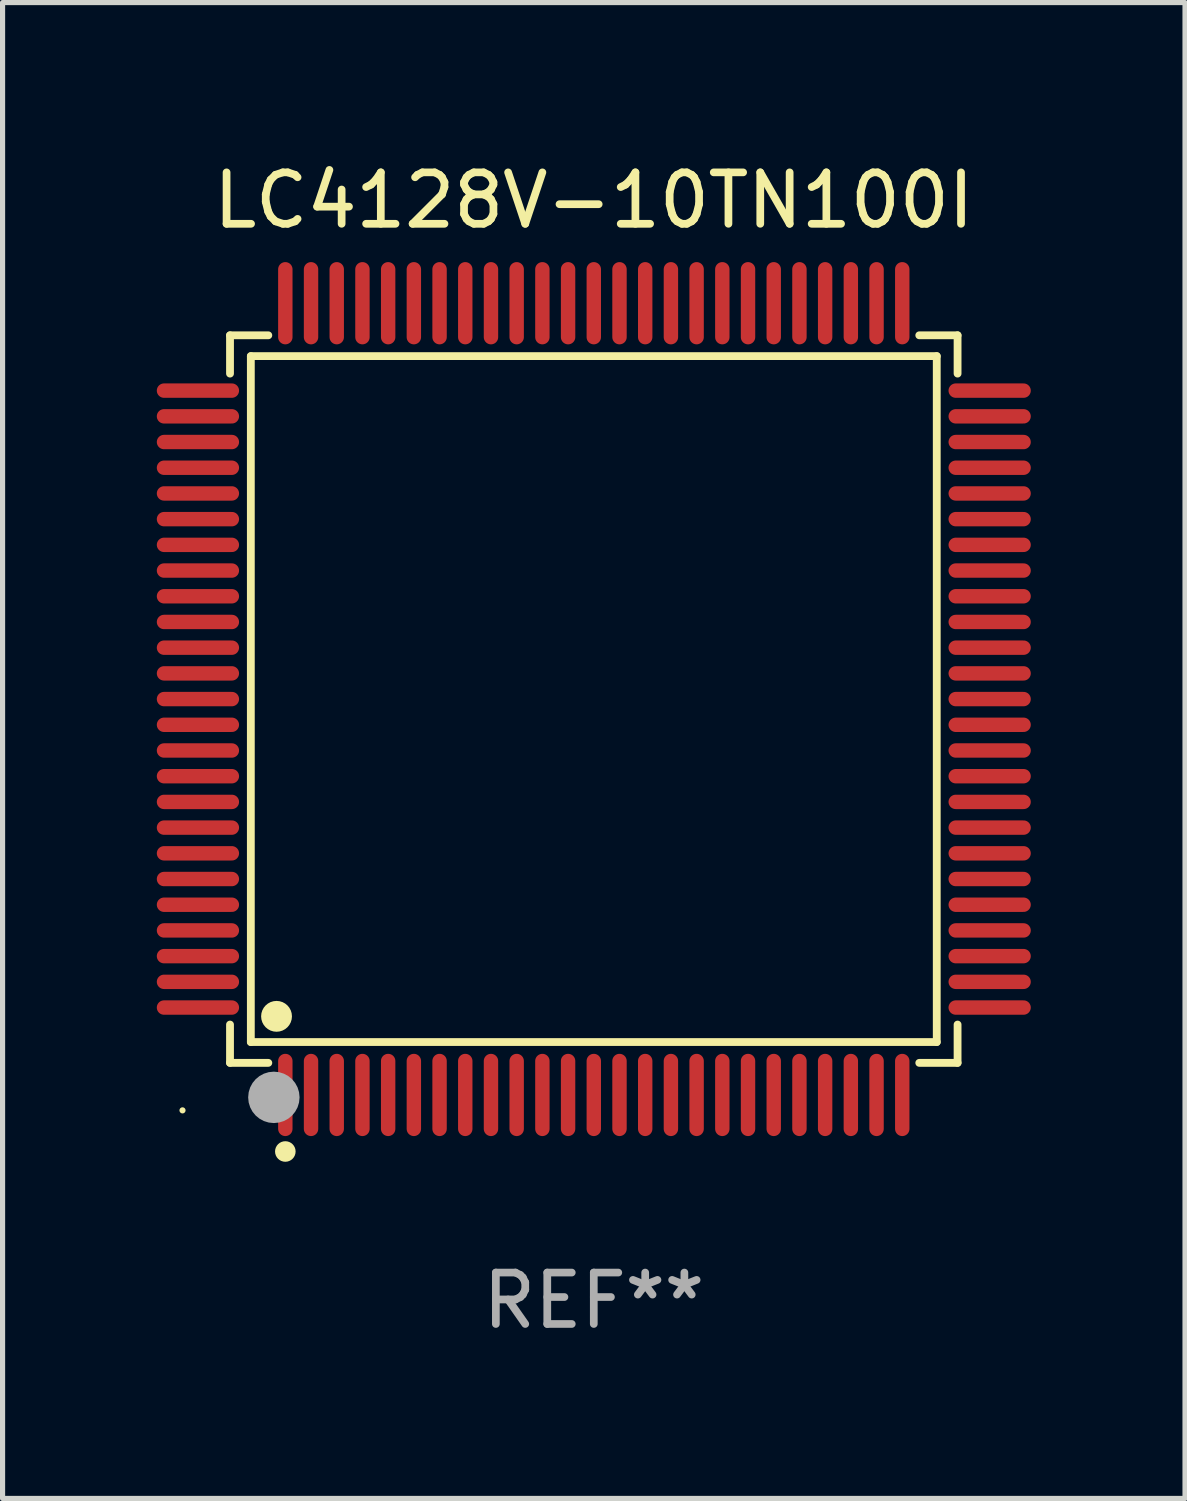
<source format=kicad_pcb>
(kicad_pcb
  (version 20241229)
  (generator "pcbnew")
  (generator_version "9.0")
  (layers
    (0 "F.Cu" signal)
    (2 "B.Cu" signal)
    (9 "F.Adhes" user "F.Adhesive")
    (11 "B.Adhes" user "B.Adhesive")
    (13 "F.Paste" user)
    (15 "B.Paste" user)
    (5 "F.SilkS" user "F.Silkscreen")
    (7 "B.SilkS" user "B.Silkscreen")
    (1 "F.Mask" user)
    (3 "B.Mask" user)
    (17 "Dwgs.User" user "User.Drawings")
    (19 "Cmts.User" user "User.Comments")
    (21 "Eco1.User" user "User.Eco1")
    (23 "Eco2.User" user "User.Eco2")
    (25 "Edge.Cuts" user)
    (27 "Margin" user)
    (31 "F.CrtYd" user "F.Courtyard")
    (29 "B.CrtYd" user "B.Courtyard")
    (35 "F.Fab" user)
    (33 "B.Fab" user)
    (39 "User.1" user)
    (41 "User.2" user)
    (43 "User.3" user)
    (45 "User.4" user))
  (footprint "LC4128V-10TN100I"
    (layer "F.Cu")
    (at 8.5 10.548)
    (property "Reference" "LC4128V-10TN100I" (at 0 -9.7 0) (layer "F.SilkS") (effects (font (size 1 1) (thickness 0.15))))
    (attr through_hole)
    (fp_line (start -7.076 -7.076) (end -6.331 -7.076) (stroke (width 0.152) (type solid)) (layer "F.SilkS"))
    (fp_line (start -7.076 -6.331) (end -7.076 -7.076) (stroke (width 0.152) (type solid)) (layer "F.SilkS"))
    (fp_line (start -7.076 6.331) (end -7.076 7.076) (stroke (width 0.152) (type solid)) (layer "F.SilkS"))
    (fp_line (start -7.076 7.076) (end -6.331 7.076) (stroke (width 0.152) (type solid)) (layer "F.SilkS"))
    (fp_line (start -6.671 -6.671) (end 6.671 -6.671) (stroke (width 0.152) (type solid)) (layer "F.SilkS"))
    (fp_line (start -6.671 6.671) (end -6.671 -6.671) (stroke (width 0.152) (type solid)) (layer "F.SilkS"))
    (fp_line (start 6.671 -6.671) (end 6.671 6.671) (stroke (width 0.152) (type solid)) (layer "F.SilkS"))
    (fp_line (start 6.671 6.671) (end -6.671 6.671) (stroke (width 0.152) (type solid)) (layer "F.SilkS"))
    (fp_line (start 7.076 -7.076) (end 6.331 -7.076) (stroke (width 0.152) (type solid)) (layer "F.SilkS"))
    (fp_line (start 7.076 -6.331) (end 7.076 -7.076) (stroke (width 0.152) (type solid)) (layer "F.SilkS"))
    (fp_line (start 7.076 6.331) (end 7.076 7.076) (stroke (width 0.152) (type solid)) (layer "F.SilkS"))
    (fp_line (start 7.076 7.076) (end 6.331 7.076) (stroke (width 0.152) (type solid)) (layer "F.SilkS"))
    (fp_circle (center -8 8) (end -7.97 8) (stroke (width 0.06) (type solid)) (fill no) (layer "F.SilkS"))
    (fp_circle (center -6.171 6.171) (end -6.021 6.171) (stroke (width 0.3) (type solid)) (fill no) (layer "F.SilkS"))
    (fp_circle (center -6 8.8) (end -5.9 8.8) (stroke (width 0.2) (type solid)) (fill no) (layer "F.SilkS"))
    (fp_circle (center -6.223 7.747) (end -5.973 7.747) (stroke (width 0.5) (type solid)) (fill no) (layer "F.Fab"))
    (fp_text user "REF**" (at 0 11.7 0) (layer "F.Fab") (effects (font (size 1 1) (thickness 0.15))))
    (pad "1" smd oval (at -6 7.7) (size 0.28 1.6) (layers "F.Cu" "F.Mask" "F.Paste"))
    (pad "2" smd oval (at -5.5 7.7) (size 0.28 1.6) (layers "F.Cu" "F.Mask" "F.Paste"))
    (pad "3" smd oval (at -5 7.7) (size 0.28 1.6) (layers "F.Cu" "F.Mask" "F.Paste"))
    (pad "4" smd oval (at -4.5 7.7) (size 0.28 1.6) (layers "F.Cu" "F.Mask" "F.Paste"))
    (pad "5" smd oval (at -4 7.7) (size 0.28 1.6) (layers "F.Cu" "F.Mask" "F.Paste"))
    (pad "6" smd oval (at -3.5 7.7) (size 0.28 1.6) (layers "F.Cu" "F.Mask" "F.Paste"))
    (pad "7" smd oval (at -3 7.7) (size 0.28 1.6) (layers "F.Cu" "F.Mask" "F.Paste"))
    (pad "8" smd oval (at -2.5 7.7) (size 0.28 1.6) (layers "F.Cu" "F.Mask" "F.Paste"))
    (pad "9" smd oval (at -2 7.7) (size 0.28 1.6) (layers "F.Cu" "F.Mask" "F.Paste"))
    (pad "10" smd oval (at -1.5 7.7) (size 0.28 1.6) (layers "F.Cu" "F.Mask" "F.Paste"))
    (pad "11" smd oval (at -1 7.7) (size 0.28 1.6) (layers "F.Cu" "F.Mask" "F.Paste"))
    (pad "12" smd oval (at -0.5 7.7) (size 0.28 1.6) (layers "F.Cu" "F.Mask" "F.Paste"))
    (pad "13" smd oval (at 0 7.7) (size 0.28 1.6) (layers "F.Cu" "F.Mask" "F.Paste"))
    (pad "14" smd oval (at 0.5 7.7) (size 0.28 1.6) (layers "F.Cu" "F.Mask" "F.Paste"))
    (pad "15" smd oval (at 1 7.7) (size 0.28 1.6) (layers "F.Cu" "F.Mask" "F.Paste"))
    (pad "16" smd oval (at 1.5 7.7) (size 0.28 1.6) (layers "F.Cu" "F.Mask" "F.Paste"))
    (pad "17" smd oval (at 2 7.7) (size 0.28 1.6) (layers "F.Cu" "F.Mask" "F.Paste"))
    (pad "18" smd oval (at 2.5 7.7) (size 0.28 1.6) (layers "F.Cu" "F.Mask" "F.Paste"))
    (pad "19" smd oval (at 3 7.7) (size 0.28 1.6) (layers "F.Cu" "F.Mask" "F.Paste"))
    (pad "20" smd oval (at 3.5 7.7) (size 0.28 1.6) (layers "F.Cu" "F.Mask" "F.Paste"))
    (pad "21" smd oval (at 4 7.7) (size 0.28 1.6) (layers "F.Cu" "F.Mask" "F.Paste"))
    (pad "22" smd oval (at 4.5 7.7) (size 0.28 1.6) (layers "F.Cu" "F.Mask" "F.Paste"))
    (pad "23" smd oval (at 5 7.7) (size 0.28 1.6) (layers "F.Cu" "F.Mask" "F.Paste"))
    (pad "24" smd oval (at 5.5 7.7) (size 0.28 1.6) (layers "F.Cu" "F.Mask" "F.Paste"))
    (pad "25" smd oval (at 6 7.7) (size 0.28 1.6) (layers "F.Cu" "F.Mask" "F.Paste"))
    (pad "26" smd oval (at 7.7 6) (size 1.6 0.28) (layers "F.Cu" "F.Mask" "F.Paste"))
    (pad "27" smd oval (at 7.7 5.5) (size 1.6 0.28) (layers "F.Cu" "F.Mask" "F.Paste"))
    (pad "28" smd oval (at 7.7 5) (size 1.6 0.28) (layers "F.Cu" "F.Mask" "F.Paste"))
    (pad "29" smd oval (at 7.7 4.5) (size 1.6 0.28) (layers "F.Cu" "F.Mask" "F.Paste"))
    (pad "30" smd oval (at 7.7 4) (size 1.6 0.28) (layers "F.Cu" "F.Mask" "F.Paste"))
    (pad "31" smd oval (at 7.7 3.5) (size 1.6 0.28) (layers "F.Cu" "F.Mask" "F.Paste"))
    (pad "32" smd oval (at 7.7 3) (size 1.6 0.28) (layers "F.Cu" "F.Mask" "F.Paste"))
    (pad "33" smd oval (at 7.7 2.5) (size 1.6 0.28) (layers "F.Cu" "F.Mask" "F.Paste"))
    (pad "34" smd oval (at 7.7 2) (size 1.6 0.28) (layers "F.Cu" "F.Mask" "F.Paste"))
    (pad "35" smd oval (at 7.7 1.5) (size 1.6 0.28) (layers "F.Cu" "F.Mask" "F.Paste"))
    (pad "36" smd oval (at 7.7 1) (size 1.6 0.28) (layers "F.Cu" "F.Mask" "F.Paste"))
    (pad "37" smd oval (at 7.7 0.5) (size 1.6 0.28) (layers "F.Cu" "F.Mask" "F.Paste"))
    (pad "38" smd oval (at 7.7 0) (size 1.6 0.28) (layers "F.Cu" "F.Mask" "F.Paste"))
    (pad "39" smd oval (at 7.7 -0.5) (size 1.6 0.28) (layers "F.Cu" "F.Mask" "F.Paste"))
    (pad "40" smd oval (at 7.7 -1) (size 1.6 0.28) (layers "F.Cu" "F.Mask" "F.Paste"))
    (pad "41" smd oval (at 7.7 -1.5) (size 1.6 0.28) (layers "F.Cu" "F.Mask" "F.Paste"))
    (pad "42" smd oval (at 7.7 -2) (size 1.6 0.28) (layers "F.Cu" "F.Mask" "F.Paste"))
    (pad "43" smd oval (at 7.7 -2.5) (size 1.6 0.28) (layers "F.Cu" "F.Mask" "F.Paste"))
    (pad "44" smd oval (at 7.7 -3) (size 1.6 0.28) (layers "F.Cu" "F.Mask" "F.Paste"))
    (pad "45" smd oval (at 7.7 -3.5) (size 1.6 0.28) (layers "F.Cu" "F.Mask" "F.Paste"))
    (pad "46" smd oval (at 7.7 -4) (size 1.6 0.28) (layers "F.Cu" "F.Mask" "F.Paste"))
    (pad "47" smd oval (at 7.7 -4.5) (size 1.6 0.28) (layers "F.Cu" "F.Mask" "F.Paste"))
    (pad "48" smd oval (at 7.7 -5) (size 1.6 0.28) (layers "F.Cu" "F.Mask" "F.Paste"))
    (pad "49" smd oval (at 7.7 -5.5) (size 1.6 0.28) (layers "F.Cu" "F.Mask" "F.Paste"))
    (pad "50" smd oval (at 7.7 -6) (size 1.6 0.28) (layers "F.Cu" "F.Mask" "F.Paste"))
    (pad "51" smd oval (at 6 -7.7) (size 0.28 1.6) (layers "F.Cu" "F.Mask" "F.Paste"))
    (pad "52" smd oval (at 5.5 -7.7) (size 0.28 1.6) (layers "F.Cu" "F.Mask" "F.Paste"))
    (pad "53" smd oval (at 5 -7.7) (size 0.28 1.6) (layers "F.Cu" "F.Mask" "F.Paste"))
    (pad "54" smd oval (at 4.5 -7.7) (size 0.28 1.6) (layers "F.Cu" "F.Mask" "F.Paste"))
    (pad "55" smd oval (at 4 -7.7) (size 0.28 1.6) (layers "F.Cu" "F.Mask" "F.Paste"))
    (pad "56" smd oval (at 3.5 -7.7) (size 0.28 1.6) (layers "F.Cu" "F.Mask" "F.Paste"))
    (pad "57" smd oval (at 3 -7.7) (size 0.28 1.6) (layers "F.Cu" "F.Mask" "F.Paste"))
    (pad "58" smd oval (at 2.5 -7.7) (size 0.28 1.6) (layers "F.Cu" "F.Mask" "F.Paste"))
    (pad "59" smd oval (at 2 -7.7) (size 0.28 1.6) (layers "F.Cu" "F.Mask" "F.Paste"))
    (pad "60" smd oval (at 1.5 -7.7) (size 0.28 1.6) (layers "F.Cu" "F.Mask" "F.Paste"))
    (pad "61" smd oval (at 1 -7.7) (size 0.28 1.6) (layers "F.Cu" "F.Mask" "F.Paste"))
    (pad "62" smd oval (at 0.5 -7.7) (size 0.28 1.6) (layers "F.Cu" "F.Mask" "F.Paste"))
    (pad "63" smd oval (at 0 -7.7) (size 0.28 1.6) (layers "F.Cu" "F.Mask" "F.Paste"))
    (pad "64" smd oval (at -0.5 -7.7) (size 0.28 1.6) (layers "F.Cu" "F.Mask" "F.Paste"))
    (pad "65" smd oval (at -1 -7.7) (size 0.28 1.6) (layers "F.Cu" "F.Mask" "F.Paste"))
    (pad "66" smd oval (at -1.5 -7.7) (size 0.28 1.6) (layers "F.Cu" "F.Mask" "F.Paste"))
    (pad "67" smd oval (at -2 -7.7) (size 0.28 1.6) (layers "F.Cu" "F.Mask" "F.Paste"))
    (pad "68" smd oval (at -2.5 -7.7) (size 0.28 1.6) (layers "F.Cu" "F.Mask" "F.Paste"))
    (pad "69" smd oval (at -3 -7.7) (size 0.28 1.6) (layers "F.Cu" "F.Mask" "F.Paste"))
    (pad "70" smd oval (at -3.5 -7.7) (size 0.28 1.6) (layers "F.Cu" "F.Mask" "F.Paste"))
    (pad "71" smd oval (at -4 -7.7) (size 0.28 1.6) (layers "F.Cu" "F.Mask" "F.Paste"))
    (pad "72" smd oval (at -4.5 -7.7) (size 0.28 1.6) (layers "F.Cu" "F.Mask" "F.Paste"))
    (pad "73" smd oval (at -5 -7.7) (size 0.28 1.6) (layers "F.Cu" "F.Mask" "F.Paste"))
    (pad "74" smd oval (at -5.5 -7.7) (size 0.28 1.6) (layers "F.Cu" "F.Mask" "F.Paste"))
    (pad "75" smd oval (at -6 -7.7) (size 0.28 1.6) (layers "F.Cu" "F.Mask" "F.Paste"))
    (pad "76" smd oval (at -7.7 -6) (size 1.6 0.28) (layers "F.Cu" "F.Mask" "F.Paste"))
    (pad "77" smd oval (at -7.7 -5.5) (size 1.6 0.28) (layers "F.Cu" "F.Mask" "F.Paste"))
    (pad "78" smd oval (at -7.7 -5) (size 1.6 0.28) (layers "F.Cu" "F.Mask" "F.Paste"))
    (pad "79" smd oval (at -7.7 -4.5) (size 1.6 0.28) (layers "F.Cu" "F.Mask" "F.Paste"))
    (pad "80" smd oval (at -7.7 -4) (size 1.6 0.28) (layers "F.Cu" "F.Mask" "F.Paste"))
    (pad "81" smd oval (at -7.7 -3.5) (size 1.6 0.28) (layers "F.Cu" "F.Mask" "F.Paste"))
    (pad "82" smd oval (at -7.7 -3) (size 1.6 0.28) (layers "F.Cu" "F.Mask" "F.Paste"))
    (pad "83" smd oval (at -7.7 -2.5) (size 1.6 0.28) (layers "F.Cu" "F.Mask" "F.Paste"))
    (pad "84" smd oval (at -7.7 -2) (size 1.6 0.28) (layers "F.Cu" "F.Mask" "F.Paste"))
    (pad "85" smd oval (at -7.7 -1.5) (size 1.6 0.28) (layers "F.Cu" "F.Mask" "F.Paste"))
    (pad "86" smd oval (at -7.7 -1) (size 1.6 0.28) (layers "F.Cu" "F.Mask" "F.Paste"))
    (pad "87" smd oval (at -7.7 -0.5) (size 1.6 0.28) (layers "F.Cu" "F.Mask" "F.Paste"))
    (pad "88" smd oval (at -7.7 0) (size 1.6 0.28) (layers "F.Cu" "F.Mask" "F.Paste"))
    (pad "89" smd oval (at -7.7 0.5) (size 1.6 0.28) (layers "F.Cu" "F.Mask" "F.Paste"))
    (pad "90" smd oval (at -7.7 1) (size 1.6 0.28) (layers "F.Cu" "F.Mask" "F.Paste"))
    (pad "91" smd oval (at -7.7 1.5) (size 1.6 0.28) (layers "F.Cu" "F.Mask" "F.Paste"))
    (pad "92" smd oval (at -7.7 2) (size 1.6 0.28) (layers "F.Cu" "F.Mask" "F.Paste"))
    (pad "93" smd oval (at -7.7 2.5) (size 1.6 0.28) (layers "F.Cu" "F.Mask" "F.Paste"))
    (pad "94" smd oval (at -7.7 3) (size 1.6 0.28) (layers "F.Cu" "F.Mask" "F.Paste"))
    (pad "95" smd oval (at -7.7 3.5) (size 1.6 0.28) (layers "F.Cu" "F.Mask" "F.Paste"))
    (pad "96" smd oval (at -7.7 4) (size 1.6 0.28) (layers "F.Cu" "F.Mask" "F.Paste"))
    (pad "97" smd oval (at -7.7 4.5) (size 1.6 0.28) (layers "F.Cu" "F.Mask" "F.Paste"))
    (pad "98" smd oval (at -7.7 5) (size 1.6 0.28) (layers "F.Cu" "F.Mask" "F.Paste"))
    (pad "99" smd oval (at -7.7 5.5) (size 1.6 0.28) (layers "F.Cu" "F.Mask" "F.Paste"))
    (pad "100" smd oval (at -7.7 6) (size 1.6 0.28) (layers "F.Cu" "F.Mask" "F.Paste")))
  (gr_rect
    (start -3 -3)
    (end 20 26.097)
    (stroke (width 0.1) (type default))
    (fill no)
    (layer "Edge.Cuts")))
</source>
